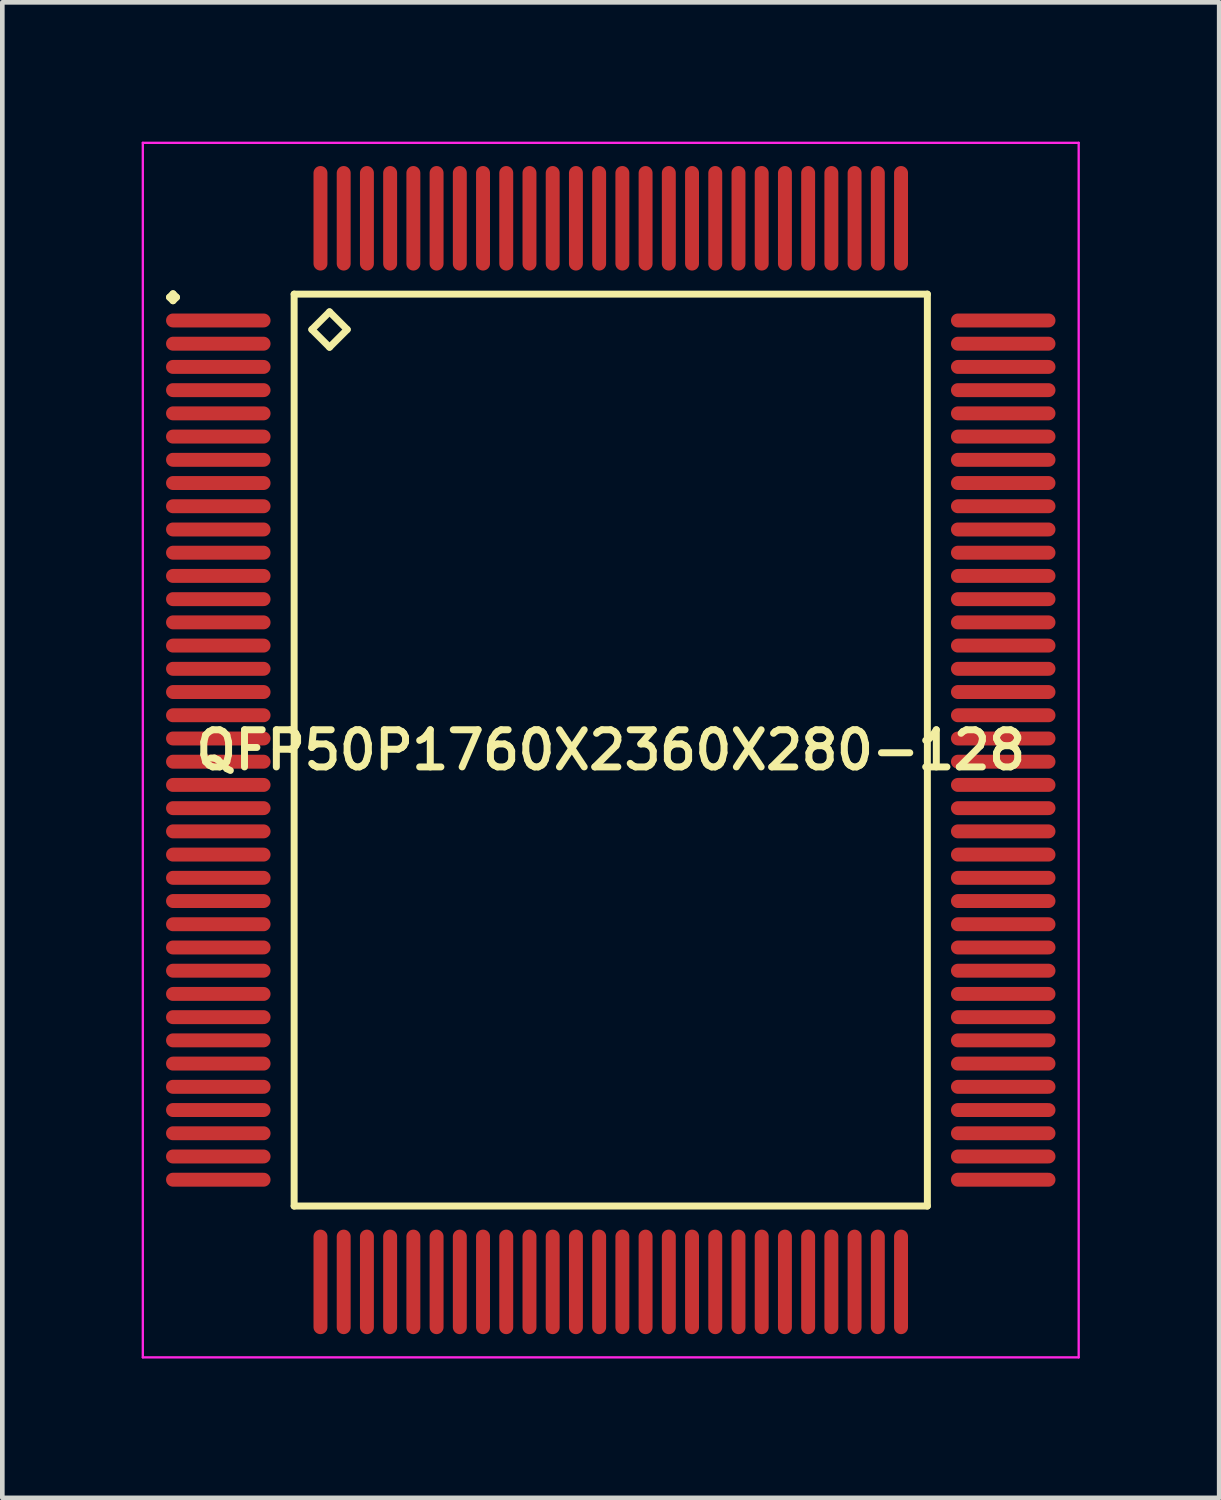
<source format=kicad_pcb>
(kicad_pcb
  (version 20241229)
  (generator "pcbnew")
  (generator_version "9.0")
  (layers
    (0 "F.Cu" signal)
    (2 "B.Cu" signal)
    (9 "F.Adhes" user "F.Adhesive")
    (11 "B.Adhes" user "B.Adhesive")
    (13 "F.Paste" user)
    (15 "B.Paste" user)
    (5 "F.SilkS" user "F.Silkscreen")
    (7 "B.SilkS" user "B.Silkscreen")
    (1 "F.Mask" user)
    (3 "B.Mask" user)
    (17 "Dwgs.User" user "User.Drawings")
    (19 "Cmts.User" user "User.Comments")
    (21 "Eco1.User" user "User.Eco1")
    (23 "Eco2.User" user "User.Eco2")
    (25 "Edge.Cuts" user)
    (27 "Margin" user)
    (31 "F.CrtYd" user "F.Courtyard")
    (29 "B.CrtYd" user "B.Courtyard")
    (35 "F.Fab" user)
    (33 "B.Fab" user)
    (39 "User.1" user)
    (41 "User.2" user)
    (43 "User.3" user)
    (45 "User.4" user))
  (footprint "QFP50P1760X2360X280-128"
    (layer "F.Cu")
    (at 10.1 13.1)
    (property "Reference" "QFP50P1760X2360X280-128" (at 0 0 0) (layer "F.SilkS") (effects (font (size 0.8 0.8) (thickness 0.15))))
    (attr smd)
    (fp_line (start -9.5 -9.75) (end -9.425 -9.825) (stroke (width 0.15) (type solid)) (layer "F.SilkS"))
    (fp_line (start -9.425 -9.825) (end -9.35 -9.75) (stroke (width 0.15) (type solid)) (layer "F.SilkS"))
    (fp_line (start -9.425 -9.675) (end -9.5 -9.75) (stroke (width 0.15) (type solid)) (layer "F.SilkS"))
    (fp_line (start -9.35 -9.75) (end -9.425 -9.675) (stroke (width 0.15) (type solid)) (layer "F.SilkS"))
    (fp_line (start -6.817 -9.817) (end -6.817 9.817) (stroke (width 0.15) (type solid)) (layer "F.SilkS"))
    (fp_line (start -6.817 9.817) (end 6.817 9.817) (stroke (width 0.15) (type solid)) (layer "F.SilkS"))
    (fp_line (start -6.436 -9.055) (end -6.055 -9.436) (stroke (width 0.15) (type solid)) (layer "F.SilkS"))
    (fp_line (start -6.055 -9.436) (end -5.674 -9.055) (stroke (width 0.15) (type solid)) (layer "F.SilkS"))
    (fp_line (start -6.055 -8.674) (end -6.436 -9.055) (stroke (width 0.15) (type solid)) (layer "F.SilkS"))
    (fp_line (start -5.674 -9.055) (end -6.055 -8.674) (stroke (width 0.15) (type solid)) (layer "F.SilkS"))
    (fp_line (start 6.817 -9.817) (end -6.817 -9.817) (stroke (width 0.15) (type solid)) (layer "F.SilkS"))
    (fp_line (start 6.817 9.817) (end 6.817 -9.817) (stroke (width 0.15) (type solid)) (layer "F.SilkS"))
    (fp_line (start -10.075 -13.075) (end 10.075 -13.075) (stroke (width 0.05) (type solid)) (layer "F.CrtYd"))
    (fp_line (start -10.075 13.075) (end -10.075 -13.075) (stroke (width 0.05) (type solid)) (layer "F.CrtYd"))
    (fp_line (start 10.075 -13.075) (end 10.075 13.075) (stroke (width 0.05) (type solid)) (layer "F.CrtYd"))
    (fp_line (start 10.075 13.075) (end -10.075 13.075) (stroke (width 0.05) (type solid)) (layer "F.CrtYd"))
    (pad "1" smd oval (at -8.45 -9.25) (size 2.25 0.3) (layers "F.Cu" "F.Mask" "F.Paste"))
    (pad "2" smd oval (at -8.45 -8.75) (size 2.25 0.3) (layers "F.Cu" "F.Mask" "F.Paste"))
    (pad "3" smd oval (at -8.45 -8.25) (size 2.25 0.3) (layers "F.Cu" "F.Mask" "F.Paste"))
    (pad "4" smd oval (at -8.45 -7.75) (size 2.25 0.3) (layers "F.Cu" "F.Mask" "F.Paste"))
    (pad "5" smd oval (at -8.45 -7.25) (size 2.25 0.3) (layers "F.Cu" "F.Mask" "F.Paste"))
    (pad "6" smd oval (at -8.45 -6.75) (size 2.25 0.3) (layers "F.Cu" "F.Mask" "F.Paste"))
    (pad "7" smd oval (at -8.45 -6.25) (size 2.25 0.3) (layers "F.Cu" "F.Mask" "F.Paste"))
    (pad "8" smd oval (at -8.45 -5.75) (size 2.25 0.3) (layers "F.Cu" "F.Mask" "F.Paste"))
    (pad "9" smd oval (at -8.45 -5.25) (size 2.25 0.3) (layers "F.Cu" "F.Mask" "F.Paste"))
    (pad "10" smd oval (at -8.45 -4.75) (size 2.25 0.3) (layers "F.Cu" "F.Mask" "F.Paste"))
    (pad "11" smd oval (at -8.45 -4.25) (size 2.25 0.3) (layers "F.Cu" "F.Mask" "F.Paste"))
    (pad "12" smd oval (at -8.45 -3.75) (size 2.25 0.3) (layers "F.Cu" "F.Mask" "F.Paste"))
    (pad "13" smd oval (at -8.45 -3.25) (size 2.25 0.3) (layers "F.Cu" "F.Mask" "F.Paste"))
    (pad "14" smd oval (at -8.45 -2.75) (size 2.25 0.3) (layers "F.Cu" "F.Mask" "F.Paste"))
    (pad "15" smd oval (at -8.45 -2.25) (size 2.25 0.3) (layers "F.Cu" "F.Mask" "F.Paste"))
    (pad "16" smd oval (at -8.45 -1.75) (size 2.25 0.3) (layers "F.Cu" "F.Mask" "F.Paste"))
    (pad "17" smd oval (at -8.45 -1.25) (size 2.25 0.3) (layers "F.Cu" "F.Mask" "F.Paste"))
    (pad "18" smd oval (at -8.45 -0.75) (size 2.25 0.3) (layers "F.Cu" "F.Mask" "F.Paste"))
    (pad "19" smd oval (at -8.45 -0.25) (size 2.25 0.3) (layers "F.Cu" "F.Mask" "F.Paste"))
    (pad "20" smd oval (at -8.45 0.25) (size 2.25 0.3) (layers "F.Cu" "F.Mask" "F.Paste"))
    (pad "21" smd oval (at -8.45 0.75) (size 2.25 0.3) (layers "F.Cu" "F.Mask" "F.Paste"))
    (pad "22" smd oval (at -8.45 1.25) (size 2.25 0.3) (layers "F.Cu" "F.Mask" "F.Paste"))
    (pad "23" smd oval (at -8.45 1.75) (size 2.25 0.3) (layers "F.Cu" "F.Mask" "F.Paste"))
    (pad "24" smd oval (at -8.45 2.25) (size 2.25 0.3) (layers "F.Cu" "F.Mask" "F.Paste"))
    (pad "25" smd oval (at -8.45 2.75) (size 2.25 0.3) (layers "F.Cu" "F.Mask" "F.Paste"))
    (pad "26" smd oval (at -8.45 3.25) (size 2.25 0.3) (layers "F.Cu" "F.Mask" "F.Paste"))
    (pad "27" smd oval (at -8.45 3.75) (size 2.25 0.3) (layers "F.Cu" "F.Mask" "F.Paste"))
    (pad "28" smd oval (at -8.45 4.25) (size 2.25 0.3) (layers "F.Cu" "F.Mask" "F.Paste"))
    (pad "29" smd oval (at -8.45 4.75) (size 2.25 0.3) (layers "F.Cu" "F.Mask" "F.Paste"))
    (pad "30" smd oval (at -8.45 5.25) (size 2.25 0.3) (layers "F.Cu" "F.Mask" "F.Paste"))
    (pad "31" smd oval (at -8.45 5.75) (size 2.25 0.3) (layers "F.Cu" "F.Mask" "F.Paste"))
    (pad "32" smd oval (at -8.45 6.25) (size 2.25 0.3) (layers "F.Cu" "F.Mask" "F.Paste"))
    (pad "33" smd oval (at -8.45 6.75) (size 2.25 0.3) (layers "F.Cu" "F.Mask" "F.Paste"))
    (pad "34" smd oval (at -8.45 7.25) (size 2.25 0.3) (layers "F.Cu" "F.Mask" "F.Paste"))
    (pad "35" smd oval (at -8.45 7.75) (size 2.25 0.3) (layers "F.Cu" "F.Mask" "F.Paste"))
    (pad "36" smd oval (at -8.45 8.25) (size 2.25 0.3) (layers "F.Cu" "F.Mask" "F.Paste"))
    (pad "37" smd oval (at -8.45 8.75) (size 2.25 0.3) (layers "F.Cu" "F.Mask" "F.Paste"))
    (pad "38" smd oval (at -8.45 9.25) (size 2.25 0.3) (layers "F.Cu" "F.Mask" "F.Paste"))
    (pad "39" smd oval (at -6.25 11.45) (size 0.3 2.25) (layers "F.Cu" "F.Mask" "F.Paste"))
    (pad "40" smd oval (at -5.75 11.45) (size 0.3 2.25) (layers "F.Cu" "F.Mask" "F.Paste"))
    (pad "41" smd oval (at -5.25 11.45) (size 0.3 2.25) (layers "F.Cu" "F.Mask" "F.Paste"))
    (pad "42" smd oval (at -4.75 11.45) (size 0.3 2.25) (layers "F.Cu" "F.Mask" "F.Paste"))
    (pad "43" smd oval (at -4.25 11.45) (size 0.3 2.25) (layers "F.Cu" "F.Mask" "F.Paste"))
    (pad "44" smd oval (at -3.75 11.45) (size 0.3 2.25) (layers "F.Cu" "F.Mask" "F.Paste"))
    (pad "45" smd oval (at -3.25 11.45) (size 0.3 2.25) (layers "F.Cu" "F.Mask" "F.Paste"))
    (pad "46" smd oval (at -2.75 11.45) (size 0.3 2.25) (layers "F.Cu" "F.Mask" "F.Paste"))
    (pad "47" smd oval (at -2.25 11.45) (size 0.3 2.25) (layers "F.Cu" "F.Mask" "F.Paste"))
    (pad "48" smd oval (at -1.75 11.45) (size 0.3 2.25) (layers "F.Cu" "F.Mask" "F.Paste"))
    (pad "49" smd oval (at -1.25 11.45) (size 0.3 2.25) (layers "F.Cu" "F.Mask" "F.Paste"))
    (pad "50" smd oval (at -0.75 11.45) (size 0.3 2.25) (layers "F.Cu" "F.Mask" "F.Paste"))
    (pad "51" smd oval (at -0.25 11.45) (size 0.3 2.25) (layers "F.Cu" "F.Mask" "F.Paste"))
    (pad "52" smd oval (at 0.25 11.45) (size 0.3 2.25) (layers "F.Cu" "F.Mask" "F.Paste"))
    (pad "53" smd oval (at 0.75 11.45) (size 0.3 2.25) (layers "F.Cu" "F.Mask" "F.Paste"))
    (pad "54" smd oval (at 1.25 11.45) (size 0.3 2.25) (layers "F.Cu" "F.Mask" "F.Paste"))
    (pad "55" smd oval (at 1.75 11.45) (size 0.3 2.25) (layers "F.Cu" "F.Mask" "F.Paste"))
    (pad "56" smd oval (at 2.25 11.45) (size 0.3 2.25) (layers "F.Cu" "F.Mask" "F.Paste"))
    (pad "57" smd oval (at 2.75 11.45) (size 0.3 2.25) (layers "F.Cu" "F.Mask" "F.Paste"))
    (pad "58" smd oval (at 3.25 11.45) (size 0.3 2.25) (layers "F.Cu" "F.Mask" "F.Paste"))
    (pad "59" smd oval (at 3.75 11.45) (size 0.3 2.25) (layers "F.Cu" "F.Mask" "F.Paste"))
    (pad "60" smd oval (at 4.25 11.45) (size 0.3 2.25) (layers "F.Cu" "F.Mask" "F.Paste"))
    (pad "61" smd oval (at 4.75 11.45) (size 0.3 2.25) (layers "F.Cu" "F.Mask" "F.Paste"))
    (pad "62" smd oval (at 5.25 11.45) (size 0.3 2.25) (layers "F.Cu" "F.Mask" "F.Paste"))
    (pad "63" smd oval (at 5.75 11.45) (size 0.3 2.25) (layers "F.Cu" "F.Mask" "F.Paste"))
    (pad "64" smd oval (at 6.25 11.45) (size 0.3 2.25) (layers "F.Cu" "F.Mask" "F.Paste"))
    (pad "65" smd oval (at 8.45 9.25) (size 2.25 0.3) (layers "F.Cu" "F.Mask" "F.Paste"))
    (pad "66" smd oval (at 8.45 8.75) (size 2.25 0.3) (layers "F.Cu" "F.Mask" "F.Paste"))
    (pad "67" smd oval (at 8.45 8.25) (size 2.25 0.3) (layers "F.Cu" "F.Mask" "F.Paste"))
    (pad "68" smd oval (at 8.45 7.75) (size 2.25 0.3) (layers "F.Cu" "F.Mask" "F.Paste"))
    (pad "69" smd oval (at 8.45 7.25) (size 2.25 0.3) (layers "F.Cu" "F.Mask" "F.Paste"))
    (pad "70" smd oval (at 8.45 6.75) (size 2.25 0.3) (layers "F.Cu" "F.Mask" "F.Paste"))
    (pad "71" smd oval (at 8.45 6.25) (size 2.25 0.3) (layers "F.Cu" "F.Mask" "F.Paste"))
    (pad "72" smd oval (at 8.45 5.75) (size 2.25 0.3) (layers "F.Cu" "F.Mask" "F.Paste"))
    (pad "73" smd oval (at 8.45 5.25) (size 2.25 0.3) (layers "F.Cu" "F.Mask" "F.Paste"))
    (pad "74" smd oval (at 8.45 4.75) (size 2.25 0.3) (layers "F.Cu" "F.Mask" "F.Paste"))
    (pad "75" smd oval (at 8.45 4.25) (size 2.25 0.3) (layers "F.Cu" "F.Mask" "F.Paste"))
    (pad "76" smd oval (at 8.45 3.75) (size 2.25 0.3) (layers "F.Cu" "F.Mask" "F.Paste"))
    (pad "77" smd oval (at 8.45 3.25) (size 2.25 0.3) (layers "F.Cu" "F.Mask" "F.Paste"))
    (pad "78" smd oval (at 8.45 2.75) (size 2.25 0.3) (layers "F.Cu" "F.Mask" "F.Paste"))
    (pad "79" smd oval (at 8.45 2.25) (size 2.25 0.3) (layers "F.Cu" "F.Mask" "F.Paste"))
    (pad "80" smd oval (at 8.45 1.75) (size 2.25 0.3) (layers "F.Cu" "F.Mask" "F.Paste"))
    (pad "81" smd oval (at 8.45 1.25) (size 2.25 0.3) (layers "F.Cu" "F.Mask" "F.Paste"))
    (pad "82" smd oval (at 8.45 0.75) (size 2.25 0.3) (layers "F.Cu" "F.Mask" "F.Paste"))
    (pad "83" smd oval (at 8.45 0.25) (size 2.25 0.3) (layers "F.Cu" "F.Mask" "F.Paste"))
    (pad "84" smd oval (at 8.45 -0.25) (size 2.25 0.3) (layers "F.Cu" "F.Mask" "F.Paste"))
    (pad "85" smd oval (at 8.45 -0.75) (size 2.25 0.3) (layers "F.Cu" "F.Mask" "F.Paste"))
    (pad "86" smd oval (at 8.45 -1.25) (size 2.25 0.3) (layers "F.Cu" "F.Mask" "F.Paste"))
    (pad "87" smd oval (at 8.45 -1.75) (size 2.25 0.3) (layers "F.Cu" "F.Mask" "F.Paste"))
    (pad "88" smd oval (at 8.45 -2.25) (size 2.25 0.3) (layers "F.Cu" "F.Mask" "F.Paste"))
    (pad "89" smd oval (at 8.45 -2.75) (size 2.25 0.3) (layers "F.Cu" "F.Mask" "F.Paste"))
    (pad "90" smd oval (at 8.45 -3.25) (size 2.25 0.3) (layers "F.Cu" "F.Mask" "F.Paste"))
    (pad "91" smd oval (at 8.45 -3.75) (size 2.25 0.3) (layers "F.Cu" "F.Mask" "F.Paste"))
    (pad "92" smd oval (at 8.45 -4.25) (size 2.25 0.3) (layers "F.Cu" "F.Mask" "F.Paste"))
    (pad "93" smd oval (at 8.45 -4.75) (size 2.25 0.3) (layers "F.Cu" "F.Mask" "F.Paste"))
    (pad "94" smd oval (at 8.45 -5.25) (size 2.25 0.3) (layers "F.Cu" "F.Mask" "F.Paste"))
    (pad "95" smd oval (at 8.45 -5.75) (size 2.25 0.3) (layers "F.Cu" "F.Mask" "F.Paste"))
    (pad "96" smd oval (at 8.45 -6.25) (size 2.25 0.3) (layers "F.Cu" "F.Mask" "F.Paste"))
    (pad "97" smd oval (at 8.45 -6.75) (size 2.25 0.3) (layers "F.Cu" "F.Mask" "F.Paste"))
    (pad "98" smd oval (at 8.45 -7.25) (size 2.25 0.3) (layers "F.Cu" "F.Mask" "F.Paste"))
    (pad "99" smd oval (at 8.45 -7.75) (size 2.25 0.3) (layers "F.Cu" "F.Mask" "F.Paste"))
    (pad "100" smd oval (at 8.45 -8.25) (size 2.25 0.3) (layers "F.Cu" "F.Mask" "F.Paste"))
    (pad "101" smd oval (at 8.45 -8.75) (size 2.25 0.3) (layers "F.Cu" "F.Mask" "F.Paste"))
    (pad "102" smd oval (at 8.45 -9.25) (size 2.25 0.3) (layers "F.Cu" "F.Mask" "F.Paste"))
    (pad "103" smd oval (at 6.25 -11.45) (size 0.3 2.25) (layers "F.Cu" "F.Mask" "F.Paste"))
    (pad "104" smd oval (at 5.75 -11.45) (size 0.3 2.25) (layers "F.Cu" "F.Mask" "F.Paste"))
    (pad "105" smd oval (at 5.25 -11.45) (size 0.3 2.25) (layers "F.Cu" "F.Mask" "F.Paste"))
    (pad "106" smd oval (at 4.75 -11.45) (size 0.3 2.25) (layers "F.Cu" "F.Mask" "F.Paste"))
    (pad "107" smd oval (at 4.25 -11.45) (size 0.3 2.25) (layers "F.Cu" "F.Mask" "F.Paste"))
    (pad "108" smd oval (at 3.75 -11.45) (size 0.3 2.25) (layers "F.Cu" "F.Mask" "F.Paste"))
    (pad "109" smd oval (at 3.25 -11.45) (size 0.3 2.25) (layers "F.Cu" "F.Mask" "F.Paste"))
    (pad "110" smd oval (at 2.75 -11.45) (size 0.3 2.25) (layers "F.Cu" "F.Mask" "F.Paste"))
    (pad "111" smd oval (at 2.25 -11.45) (size 0.3 2.25) (layers "F.Cu" "F.Mask" "F.Paste"))
    (pad "112" smd oval (at 1.75 -11.45) (size 0.3 2.25) (layers "F.Cu" "F.Mask" "F.Paste"))
    (pad "113" smd oval (at 1.25 -11.45) (size 0.3 2.25) (layers "F.Cu" "F.Mask" "F.Paste"))
    (pad "114" smd oval (at 0.75 -11.45) (size 0.3 2.25) (layers "F.Cu" "F.Mask" "F.Paste"))
    (pad "115" smd oval (at 0.25 -11.45) (size 0.3 2.25) (layers "F.Cu" "F.Mask" "F.Paste"))
    (pad "116" smd oval (at -0.25 -11.45) (size 0.3 2.25) (layers "F.Cu" "F.Mask" "F.Paste"))
    (pad "117" smd oval (at -0.75 -11.45) (size 0.3 2.25) (layers "F.Cu" "F.Mask" "F.Paste"))
    (pad "118" smd oval (at -1.25 -11.45) (size 0.3 2.25) (layers "F.Cu" "F.Mask" "F.Paste"))
    (pad "119" smd oval (at -1.75 -11.45) (size 0.3 2.25) (layers "F.Cu" "F.Mask" "F.Paste"))
    (pad "120" smd oval (at -2.25 -11.45) (size 0.3 2.25) (layers "F.Cu" "F.Mask" "F.Paste"))
    (pad "121" smd oval (at -2.75 -11.45) (size 0.3 2.25) (layers "F.Cu" "F.Mask" "F.Paste"))
    (pad "122" smd oval (at -3.25 -11.45) (size 0.3 2.25) (layers "F.Cu" "F.Mask" "F.Paste"))
    (pad "123" smd oval (at -3.75 -11.45) (size 0.3 2.25) (layers "F.Cu" "F.Mask" "F.Paste"))
    (pad "124" smd oval (at -4.25 -11.45) (size 0.3 2.25) (layers "F.Cu" "F.Mask" "F.Paste"))
    (pad "125" smd oval (at -4.75 -11.45) (size 0.3 2.25) (layers "F.Cu" "F.Mask" "F.Paste"))
    (pad "126" smd oval (at -5.25 -11.45) (size 0.3 2.25) (layers "F.Cu" "F.Mask" "F.Paste"))
    (pad "127" smd oval (at -5.75 -11.45) (size 0.3 2.25) (layers "F.Cu" "F.Mask" "F.Paste"))
    (pad "128" smd oval (at -6.25 -11.45) (size 0.3 2.25) (layers "F.Cu" "F.Mask" "F.Paste")))
  (gr_rect
    (start -3 -3)
    (end 23.2 29.2)
    (stroke (width 0.1) (type default))
    (fill no)
    (layer "Edge.Cuts")))
</source>
